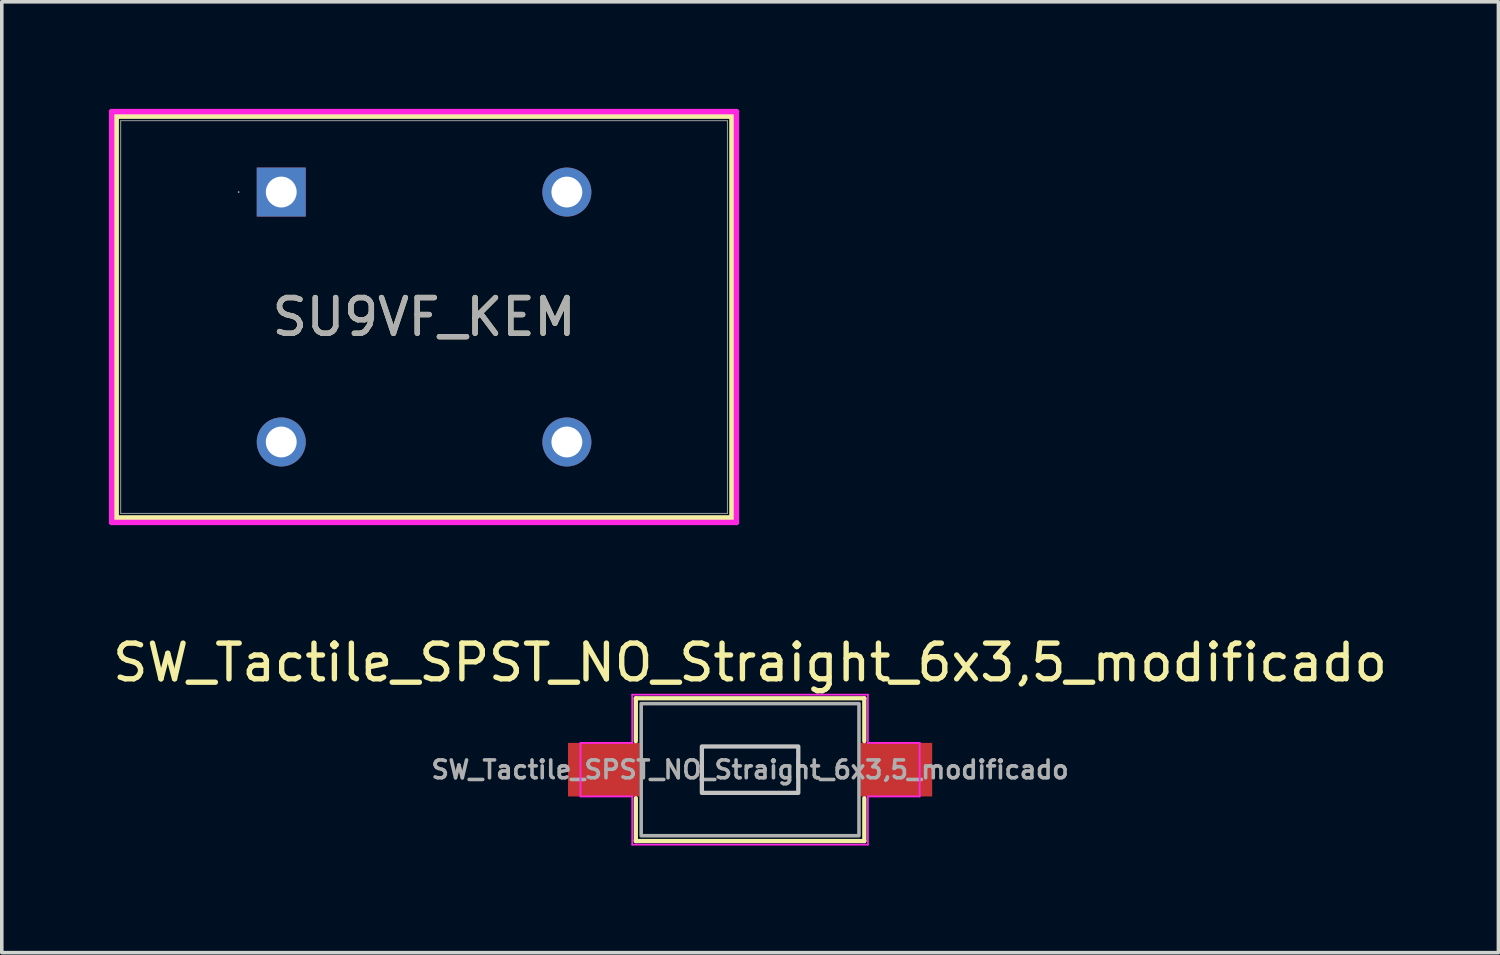
<source format=kicad_pcb>
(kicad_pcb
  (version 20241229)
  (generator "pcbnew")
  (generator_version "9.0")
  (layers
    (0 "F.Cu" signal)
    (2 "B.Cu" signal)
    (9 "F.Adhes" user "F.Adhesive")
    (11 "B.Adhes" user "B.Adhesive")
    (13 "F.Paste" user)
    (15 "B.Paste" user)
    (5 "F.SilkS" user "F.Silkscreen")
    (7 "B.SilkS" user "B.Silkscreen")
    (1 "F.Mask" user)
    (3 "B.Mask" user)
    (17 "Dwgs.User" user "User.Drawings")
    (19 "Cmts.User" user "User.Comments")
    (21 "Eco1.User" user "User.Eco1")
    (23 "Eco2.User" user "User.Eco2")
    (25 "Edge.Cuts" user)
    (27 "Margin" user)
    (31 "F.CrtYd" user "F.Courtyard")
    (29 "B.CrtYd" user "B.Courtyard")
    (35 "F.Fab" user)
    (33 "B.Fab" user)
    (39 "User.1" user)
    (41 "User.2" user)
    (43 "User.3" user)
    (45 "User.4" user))
  (footprint "SW_Tactile_SPST_NO_Straight_6x3,5_modificado"
    (layer "F.Cu")
    (at 17.958 18.507)
    (property "Reference" "SW_Tactile_SPST_NO_Straight_6x3,5_modificado" (at 0 -3 0) (unlocked yes) (layer "F.SilkS") (effects (font (size 1 1) (thickness 0.15))))
    (attr smd)
    (fp_line (start -3.2 -2) (end -3.2 -0.8) (stroke (width 0.12) (type solid)) (layer "F.SilkS"))
    (fp_line (start -3.2 0.8) (end -3.2 2) (stroke (width 0.12) (type solid)) (layer "F.SilkS"))
    (fp_line (start -3.2 2) (end 3.2 2) (stroke (width 0.12) (type solid)) (layer "F.SilkS"))
    (fp_line (start 3.2 -2) (end -3.2 -2) (stroke (width 0.12) (type solid)) (layer "F.SilkS"))
    (fp_line (start 3.2 -0.8) (end 3.2 -2) (stroke (width 0.12) (type solid)) (layer "F.SilkS"))
    (fp_line (start 3.2 2) (end 3.2 0.8) (stroke (width 0.12) (type solid)) (layer "F.SilkS"))
    (fp_rect (start -1.35 -0.65) (end 1.35 0.65) (stroke (width 0.12) (type solid)) (fill no) (layer "Dwgs.User"))
    (fp_line (start -4.75 -0.75) (end -3.3 -0.75) (stroke (width 0.05) (type solid)) (layer "F.CrtYd"))
    (fp_line (start -4.75 0.75) (end -4.75 -0.75) (stroke (width 0.05) (type solid)) (layer "F.CrtYd"))
    (fp_line (start -3.3 -2.1) (end 3.3 -2.1) (stroke (width 0.05) (type solid)) (layer "F.CrtYd"))
    (fp_line (start -3.3 -0.75) (end -3.3 -2.1) (stroke (width 0.05) (type solid)) (layer "F.CrtYd"))
    (fp_line (start -3.3 0.75) (end -4.75 0.75) (stroke (width 0.05) (type solid)) (layer "F.CrtYd"))
    (fp_line (start -3.3 2.1) (end -3.3 0.75) (stroke (width 0.05) (type solid)) (layer "F.CrtYd"))
    (fp_line (start 3.3 -2.1) (end 3.3 -0.75) (stroke (width 0.05) (type solid)) (layer "F.CrtYd"))
    (fp_line (start 3.3 -0.75) (end 4.75 -0.75) (stroke (width 0.05) (type solid)) (layer "F.CrtYd"))
    (fp_line (start 3.3 0.75) (end 3.3 2.1) (stroke (width 0.05) (type solid)) (layer "F.CrtYd"))
    (fp_line (start 3.3 2.1) (end -3.3 2.1) (stroke (width 0.05) (type solid)) (layer "F.CrtYd"))
    (fp_line (start 4.75 -0.75) (end 4.75 0.75) (stroke (width 0.05) (type solid)) (layer "F.CrtYd"))
    (fp_line (start 4.75 0.75) (end 3.3 0.75) (stroke (width 0.05) (type solid)) (layer "F.CrtYd"))
    (fp_rect (start -3.05 -1.85) (end 3.05 1.85) (stroke (width 0.1) (type solid)) (fill no) (layer "F.Fab"))
    (fp_text user "${REFERENCE}" (at 0 0 0) (unlocked yes) (layer "F.Fab") (effects (font (size 0.5 0.5) (thickness 0.1))))
    (pad "1" smd rect (at -4.1 0) (size 2 1.5) (layers "F.Cu" "F.Mask" "F.Paste"))
    (pad "2" smd rect (at 4.1 0) (size 2 1.5) (layers "F.Cu" "F.Mask" "F.Paste")))
  (footprint "SU9VF_KEM"
    (layer "F.Cu")
    (at 4.827 2.329)
    (property "Reference" "SU9VF_KEM" (at 4 3.5 0) (unlocked yes) (layer "F.SilkS") (effects (font (size 1 1) (thickness 0.15))))
    (attr through_hole)
    (fp_line (start -4.623 -2.126) (end -4.623 9.126) (stroke (width 0.152) (type solid)) (layer "F.SilkS"))
    (fp_line (start 12.623 -2.126) (end -4.623 -2.126) (stroke (width 0.152) (type solid)) (layer "F.SilkS"))
    (fp_line (start 12.623 -2.126) (end 12.623 9.126) (stroke (width 0.152) (type solid)) (layer "F.SilkS"))
    (fp_line (start 12.623 9.126) (end -4.623 9.126) (stroke (width 0.152) (type solid)) (layer "F.SilkS"))
    (fp_line (start -4.75 -2.253) (end 12.75 -2.253) (stroke (width 0.152) (type solid)) (layer "F.CrtYd"))
    (fp_line (start -4.75 9.253) (end -4.75 -2.253) (stroke (width 0.152) (type solid)) (layer "F.CrtYd"))
    (fp_line (start 12.75 -2.253) (end 12.75 9.253) (stroke (width 0.152) (type solid)) (layer "F.CrtYd"))
    (fp_line (start 12.75 9.253) (end -4.75 9.253) (stroke (width 0.152) (type solid)) (layer "F.CrtYd"))
    (fp_line (start -4.496 -1.999) (end -4.496 8.999) (stroke (width 0.025) (type solid)) (layer "F.Fab"))
    (fp_line (start 12.496 -1.999) (end -4.496 -1.999) (stroke (width 0.025) (type solid)) (layer "F.Fab"))
    (fp_line (start 12.496 -1.999) (end 12.496 8.999) (stroke (width 0.025) (type solid)) (layer "F.Fab"))
    (fp_line (start 12.496 8.999) (end -4.496 8.999) (stroke (width 0.025) (type solid)) (layer "F.Fab"))
    (fp_circle (center -1.194 0) (end -1.194 0) (stroke (width 0.025) (type solid)) (fill no) (layer "F.Fab"))
    (fp_text user "${REFERENCE}" (at 4 3.5 0) (unlocked yes) (layer "F.Fab") (effects (font (size 1 1) (thickness 0.15))))
    (pad "1" thru_hole rect (at 0 0) (size 1.372 1.372) (drill 0.864) (layers "*.Cu" "*.Mask"))
    (pad "2" thru_hole circle (at 0 7) (size 1.372 1.372) (drill 0.864) (layers "*.Cu" "*.Mask"))
    (pad "3" thru_hole circle (at 8 7) (size 1.372 1.372) (drill 0.864) (layers "*.Cu" "*.Mask"))
    (pad "4" thru_hole circle (at 8 0) (size 1.372 1.372) (drill 0.864) (layers "*.Cu" "*.Mask")))
  (gr_rect
    (start -3 -3)
    (end 38.917 23.632)
    (stroke (width 0.1) (type default))
    (fill no)
    (layer "Edge.Cuts")))
</source>
